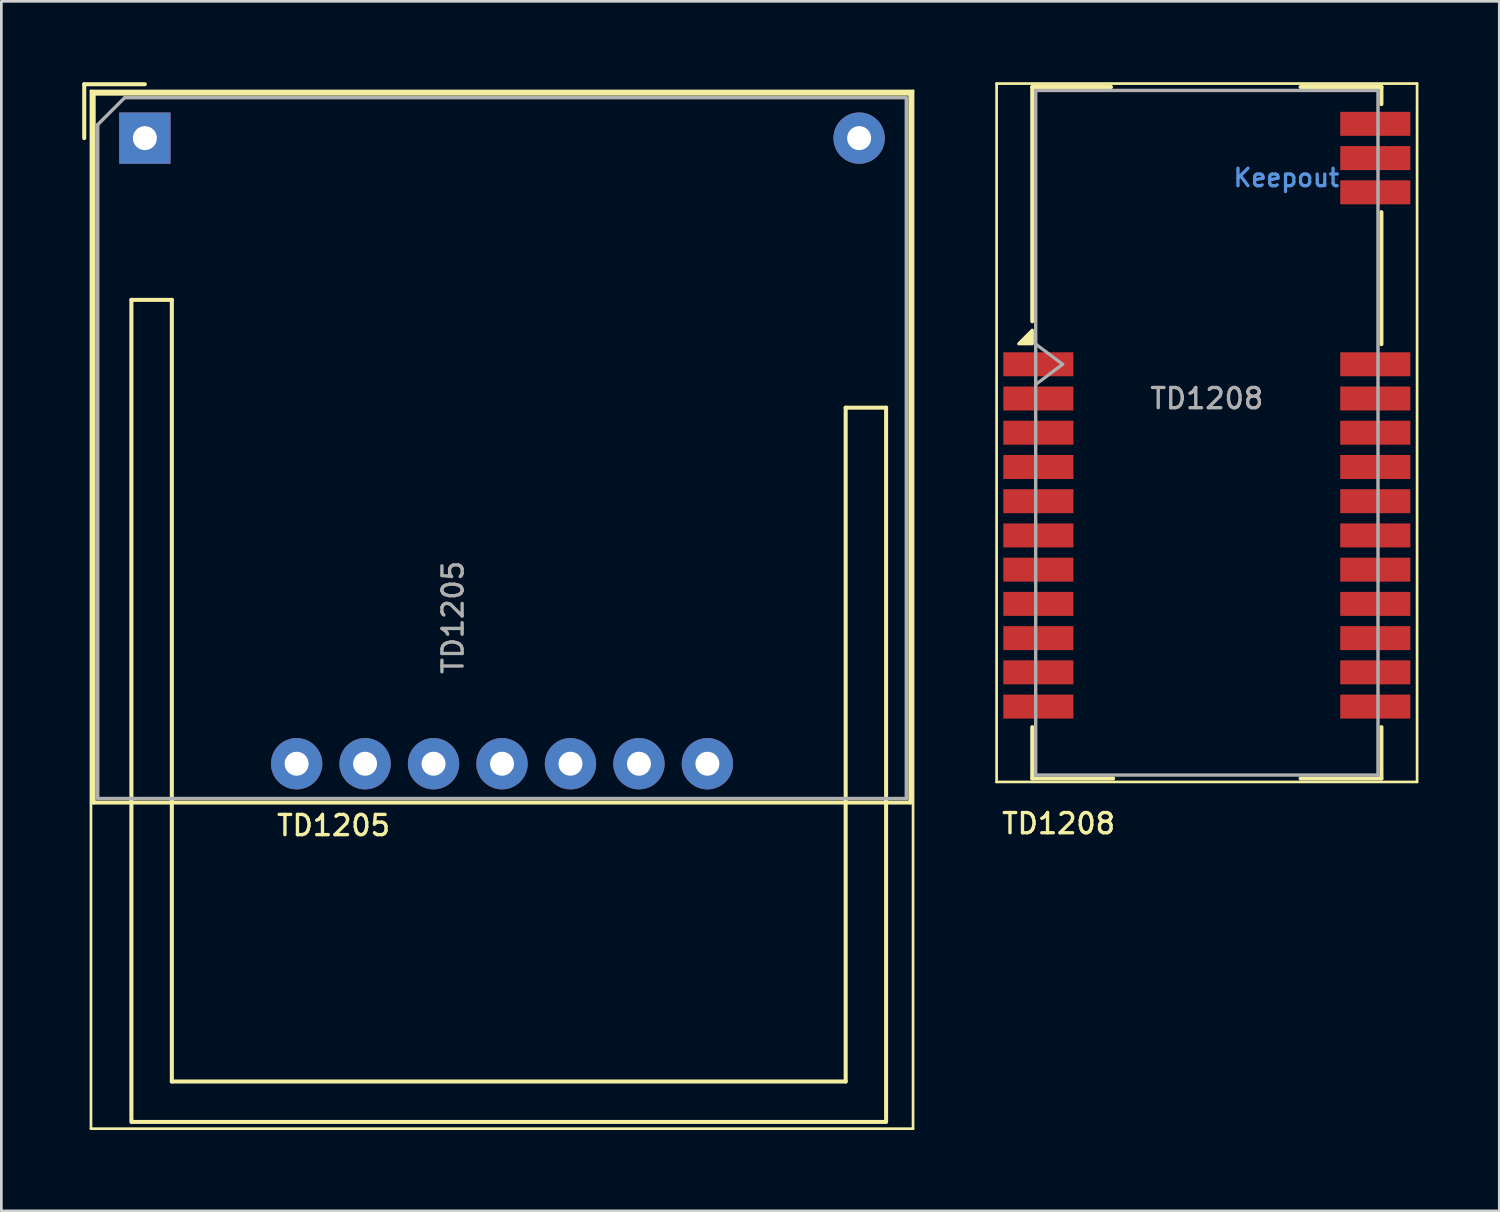
<source format=kicad_pcb>
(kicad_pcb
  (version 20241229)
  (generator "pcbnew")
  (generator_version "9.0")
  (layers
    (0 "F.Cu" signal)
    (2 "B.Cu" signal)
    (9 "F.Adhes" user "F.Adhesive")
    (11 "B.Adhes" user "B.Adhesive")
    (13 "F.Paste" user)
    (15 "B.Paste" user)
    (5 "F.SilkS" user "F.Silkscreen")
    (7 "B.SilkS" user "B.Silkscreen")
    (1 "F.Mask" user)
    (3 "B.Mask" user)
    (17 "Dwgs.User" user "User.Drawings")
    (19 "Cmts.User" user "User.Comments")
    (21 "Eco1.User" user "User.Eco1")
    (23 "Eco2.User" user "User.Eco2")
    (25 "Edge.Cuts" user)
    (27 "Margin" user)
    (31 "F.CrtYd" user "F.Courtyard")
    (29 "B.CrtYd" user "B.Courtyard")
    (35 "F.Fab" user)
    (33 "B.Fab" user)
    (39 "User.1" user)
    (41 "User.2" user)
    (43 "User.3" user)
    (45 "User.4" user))
  (footprint "TD1205"
    (layer "F.Cu")
    (at 2.325 2.075)
    (property "Reference" "TD1205" (at 7 25.5 180) (layer "F.SilkS") (effects (font (size 0.75 0.75) (thickness 0.125))))
    (attr through_hole)
    (fp_line (start -2.25 -2) (end -2.25 0) (stroke (width 0.15) (type solid)) (layer "F.SilkS"))
    (fp_line (start -2 -1.75) (end 28.5 -1.75) (stroke (width 0.1) (type solid)) (layer "F.SilkS"))
    (fp_line (start -2 36.75) (end -2 -1.75) (stroke (width 0.1) (type solid)) (layer "F.SilkS"))
    (fp_line (start -1.9 24.65) (end -1.9 -1.65) (stroke (width 0.15) (type solid)) (layer "F.SilkS"))
    (fp_line (start -0.5 6) (end -0.5 36.5) (stroke (width 0.15) (type solid)) (layer "F.SilkS"))
    (fp_line (start -0.5 6) (end 1 6) (stroke (width 0.15) (type solid)) (layer "F.SilkS"))
    (fp_line (start -0.48 36.5) (end 27.46 36.5) (stroke (width 0.15) (type solid)) (layer "F.SilkS"))
    (fp_line (start 0 -2) (end -2.25 -2) (stroke (width 0.15) (type solid)) (layer "F.SilkS"))
    (fp_line (start 1 35) (end 1 6) (stroke (width 0.15) (type solid)) (layer "F.SilkS"))
    (fp_line (start 26 10) (end 26 35) (stroke (width 0.15) (type solid)) (layer "F.SilkS"))
    (fp_line (start 26 35) (end 1 35) (stroke (width 0.15) (type solid)) (layer "F.SilkS"))
    (fp_line (start 27.5 10) (end 26 10) (stroke (width 0.15) (type solid)) (layer "F.SilkS"))
    (fp_line (start 27.5 36.5) (end 27.5 10) (stroke (width 0.15) (type solid)) (layer "F.SilkS"))
    (fp_line (start 28.4 -1.65) (end -1.9 -1.65) (stroke (width 0.15) (type solid)) (layer "F.SilkS"))
    (fp_line (start 28.4 -1.65) (end 28.4 24.65) (stroke (width 0.15) (type solid)) (layer "F.SilkS"))
    (fp_line (start 28.4 24.65) (end -1.9 24.65) (stroke (width 0.15) (type solid)) (layer "F.SilkS"))
    (fp_line (start 28.5 -1.75) (end 28.5 36.75) (stroke (width 0.1) (type solid)) (layer "F.SilkS"))
    (fp_line (start 28.5 36.75) (end -2 36.75) (stroke (width 0.1) (type solid)) (layer "F.SilkS"))
    (fp_line (start -1.75 -0.5) (end -0.75 -1.5) (stroke (width 0.127) (type solid)) (layer "F.Fab"))
    (fp_line (start -1.75 24.5) (end -1.75 -0.5) (stroke (width 0.127) (type solid)) (layer "F.Fab"))
    (fp_line (start -0.75 -1.5) (end 28.25 -1.5) (stroke (width 0.127) (type solid)) (layer "F.Fab"))
    (fp_line (start 28.25 -1.5) (end 28.25 24.5) (stroke (width 0.127) (type solid)) (layer "F.Fab"))
    (fp_line (start 28.25 24.5) (end -1.75 24.5) (stroke (width 0.127) (type solid)) (layer "F.Fab"))
    (fp_text user "${REFERENCE}" (at 11.43 17.78 90) (layer "F.Fab") (effects (font (size 0.75 0.75) (thickness 0.125))))
    (pad "1" thru_hole rect (at 0 0 90) (size 1.905 1.905) (drill 0.89) (layers "*.Cu" "*.Mask"))
    (pad "2" thru_hole circle (at 26.5 0 90) (size 1.905 1.905) (drill 0.89) (layers "*.Cu" "*.Mask"))
    (pad "3" thru_hole circle (at 5.63 23.21 90) (size 1.905 1.905) (drill 0.89) (layers "*.Cu" "*.Mask"))
    (pad "4" thru_hole circle (at 8.17 23.21 90) (size 1.905 1.905) (drill 0.89) (layers "*.Cu" "*.Mask"))
    (pad "5" thru_hole circle (at 10.71 23.21 90) (size 1.905 1.905) (drill 0.89) (layers "*.Cu" "*.Mask"))
    (pad "6" thru_hole circle (at 13.25 23.21 90) (size 1.905 1.905) (drill 0.89) (layers "*.Cu" "*.Mask"))
    (pad "7" thru_hole circle (at 15.79 23.21 90) (size 1.905 1.905) (drill 0.89) (layers "*.Cu" "*.Mask"))
    (pad "8" thru_hole circle (at 18.33 23.21 90) (size 1.905 1.905) (drill 0.89) (layers "*.Cu" "*.Mask"))
    (pad "9" thru_hole circle (at 20.87 23.21 90) (size 1.905 1.905) (drill 0.89) (layers "*.Cu" "*.Mask")))
  (footprint "TD1208"
    (layer "F.Cu")
    (at 41.725 12.37)
    (property "Reference" "TD1208" (at -5.5 15.135 0) (layer "F.SilkS") (effects (font (size 0.75 0.75) (thickness 0.125))))
    (attr smd)
    (fp_line (start -7.8 -12.32) (end -7.8 13.59) (stroke (width 0.1) (type solid)) (layer "F.SilkS"))
    (fp_line (start -7.8 13.59) (end 7.8 13.59) (stroke (width 0.1) (type solid)) (layer "F.SilkS"))
    (fp_line (start -6.477 -12.192) (end -6.477 -3.5) (stroke (width 0.15) (type solid)) (layer "F.SilkS"))
    (fp_line (start -6.477 -12.192) (end -3.556 -12.192) (stroke (width 0.15) (type solid)) (layer "F.SilkS"))
    (fp_line (start -6.477 11.557) (end -6.477 13.462) (stroke (width 0.15) (type solid)) (layer "F.SilkS"))
    (fp_line (start -6.477 13.462) (end -3.477 13.462) (stroke (width 0.15) (type solid)) (layer "F.SilkS"))
    (fp_line (start 6.477 -12.192) (end 3.477 -12.192) (stroke (width 0.15) (type solid)) (layer "F.SilkS"))
    (fp_line (start 6.477 -12.192) (end 6.477 -11.557) (stroke (width 0.15) (type solid)) (layer "F.SilkS"))
    (fp_line (start 6.477 -7.55) (end 6.477 -2.65) (stroke (width 0.15) (type solid)) (layer "F.SilkS"))
    (fp_line (start 6.477 11.557) (end 6.477 13.462) (stroke (width 0.15) (type solid)) (layer "F.SilkS"))
    (fp_line (start 6.477 13.462) (end 3.477 13.462) (stroke (width 0.15) (type solid)) (layer "F.SilkS"))
    (fp_line (start 7.8 -12.32) (end -7.8 -12.32) (stroke (width 0.1) (type solid)) (layer "F.SilkS"))
    (fp_line (start 7.8 13.59) (end 7.8 -12.32) (stroke (width 0.1) (type solid)) (layer "F.SilkS"))
    (fp_poly (pts (xy -6.477 -2.667) (xy -6.977 -2.667) (xy -6.477 -3.167) (xy -6.477 -2.667)) (stroke (width 0.12) (type solid)) (fill yes) (layer "F.SilkS"))
    (fp_line (start -6.35 -12.065) (end -6.35 13.335) (stroke (width 0.127) (type solid)) (layer "F.Fab"))
    (fp_line (start -6.35 -12.065) (end 6.35 -12.065) (stroke (width 0.127) (type solid)) (layer "F.Fab"))
    (fp_line (start -6.35 -2.655) (end -5.35 -1.905) (stroke (width 0.12) (type solid)) (layer "F.Fab"))
    (fp_line (start -5.35 -1.905) (end -6.35 -1.155) (stroke (width 0.12) (type solid)) (layer "F.Fab"))
    (fp_line (start 6.35 -12.065) (end 6.35 13.335) (stroke (width 0.127) (type solid)) (layer "F.Fab"))
    (fp_line (start 6.35 13.335) (end -6.35 13.335) (stroke (width 0.127) (type solid)) (layer "F.Fab"))
    (fp_text user "Keepout" (at 2.95 -8.825 0) (layer "Cmts.User") (effects (font (size 0.65 0.65) (thickness 0.12))))
    (fp_text user "${REFERENCE}" (at 0 -0.635 0) (layer "F.Fab") (effects (font (size 0.75 0.75) (thickness 0.125))))
    (pad "1" smd rect (at -6.25 -1.905) (size 2.6 0.89) (layers "F.Cu" "F.Mask" "F.Paste"))
    (pad "2" smd rect (at -6.25 -0.635) (size 2.6 0.89) (layers "F.Cu" "F.Mask" "F.Paste"))
    (pad "3" smd rect (at -6.25 0.635) (size 2.6 0.89) (layers "F.Cu" "F.Mask" "F.Paste"))
    (pad "4" smd rect (at -6.25 1.905) (size 2.6 0.89) (layers "F.Cu" "F.Mask" "F.Paste"))
    (pad "5" smd rect (at -6.25 3.175) (size 2.6 0.89) (layers "F.Cu" "F.Mask" "F.Paste"))
    (pad "6" smd rect (at -6.25 4.445) (size 2.6 0.89) (layers "F.Cu" "F.Mask" "F.Paste"))
    (pad "7" smd rect (at -6.25 5.715) (size 2.6 0.89) (layers "F.Cu" "F.Mask" "F.Paste"))
    (pad "8" smd rect (at -6.25 6.985) (size 2.6 0.89) (layers "F.Cu" "F.Mask" "F.Paste"))
    (pad "9" smd rect (at -6.25 8.255) (size 2.6 0.89) (layers "F.Cu" "F.Mask" "F.Paste"))
    (pad "10" smd rect (at -6.25 9.525) (size 2.6 0.89) (layers "F.Cu" "F.Mask" "F.Paste"))
    (pad "11" smd rect (at -6.25 10.795) (size 2.6 0.89) (layers "F.Cu" "F.Mask" "F.Paste"))
    (pad "12" smd rect (at 6.25 10.795) (size 2.6 0.89) (layers "F.Cu" "F.Mask" "F.Paste"))
    (pad "13" smd rect (at 6.25 9.525) (size 2.6 0.89) (layers "F.Cu" "F.Mask" "F.Paste"))
    (pad "14" smd rect (at 6.25 8.255) (size 2.6 0.89) (layers "F.Cu" "F.Mask" "F.Paste"))
    (pad "15" smd rect (at 6.25 6.985) (size 2.6 0.89) (layers "F.Cu" "F.Mask" "F.Paste"))
    (pad "16" smd rect (at 6.25 5.715) (size 2.6 0.89) (layers "F.Cu" "F.Mask" "F.Paste"))
    (pad "17" smd rect (at 6.25 4.445) (size 2.6 0.89) (layers "F.Cu" "F.Mask" "F.Paste"))
    (pad "18" smd rect (at 6.25 3.175) (size 2.6 0.89) (layers "F.Cu" "F.Mask" "F.Paste"))
    (pad "19" smd rect (at 6.25 1.905) (size 2.6 0.89) (layers "F.Cu" "F.Mask" "F.Paste"))
    (pad "20" smd rect (at 6.25 0.635) (size 2.6 0.89) (layers "F.Cu" "F.Mask" "F.Paste"))
    (pad "21" smd rect (at 6.25 -0.635) (size 2.6 0.89) (layers "F.Cu" "F.Mask" "F.Paste"))
    (pad "22" smd rect (at 6.25 -1.905) (size 2.6 0.89) (layers "F.Cu" "F.Mask" "F.Paste"))
    (pad "23" smd rect (at 6.25 -8.285) (size 2.6 0.89) (layers "F.Cu" "F.Mask" "F.Paste"))
    (pad "24" smd rect (at 6.25 -9.555) (size 2.6 0.89) (layers "F.Cu" "F.Mask" "F.Paste"))
    (pad "25" smd rect (at 6.25 -10.825) (size 2.6 0.89) (layers "F.Cu" "F.Mask" "F.Paste"))
    (zone (net_name "") (layer "F.Cu") (hatch full 0.508) (connect_pads) (min_thickness 0.254) (filled_areas_thickness no) (keepout (tracks not_allowed) (vias not_allowed) (pads not_allowed) (copperpour allowed) (footprints allowed)) (placement (enabled no)) (fill) (polygon (pts (xy 42.675 1.545) (xy 46.675 1.545) (xy 46.675 5.545) (xy 42.675 5.545)))))
  (gr_rect
    (start -3 -3)
    (end 52.575 41.875)
    (stroke (width 0.1) (type default))
    (fill no)
    (layer "Edge.Cuts")))
</source>
